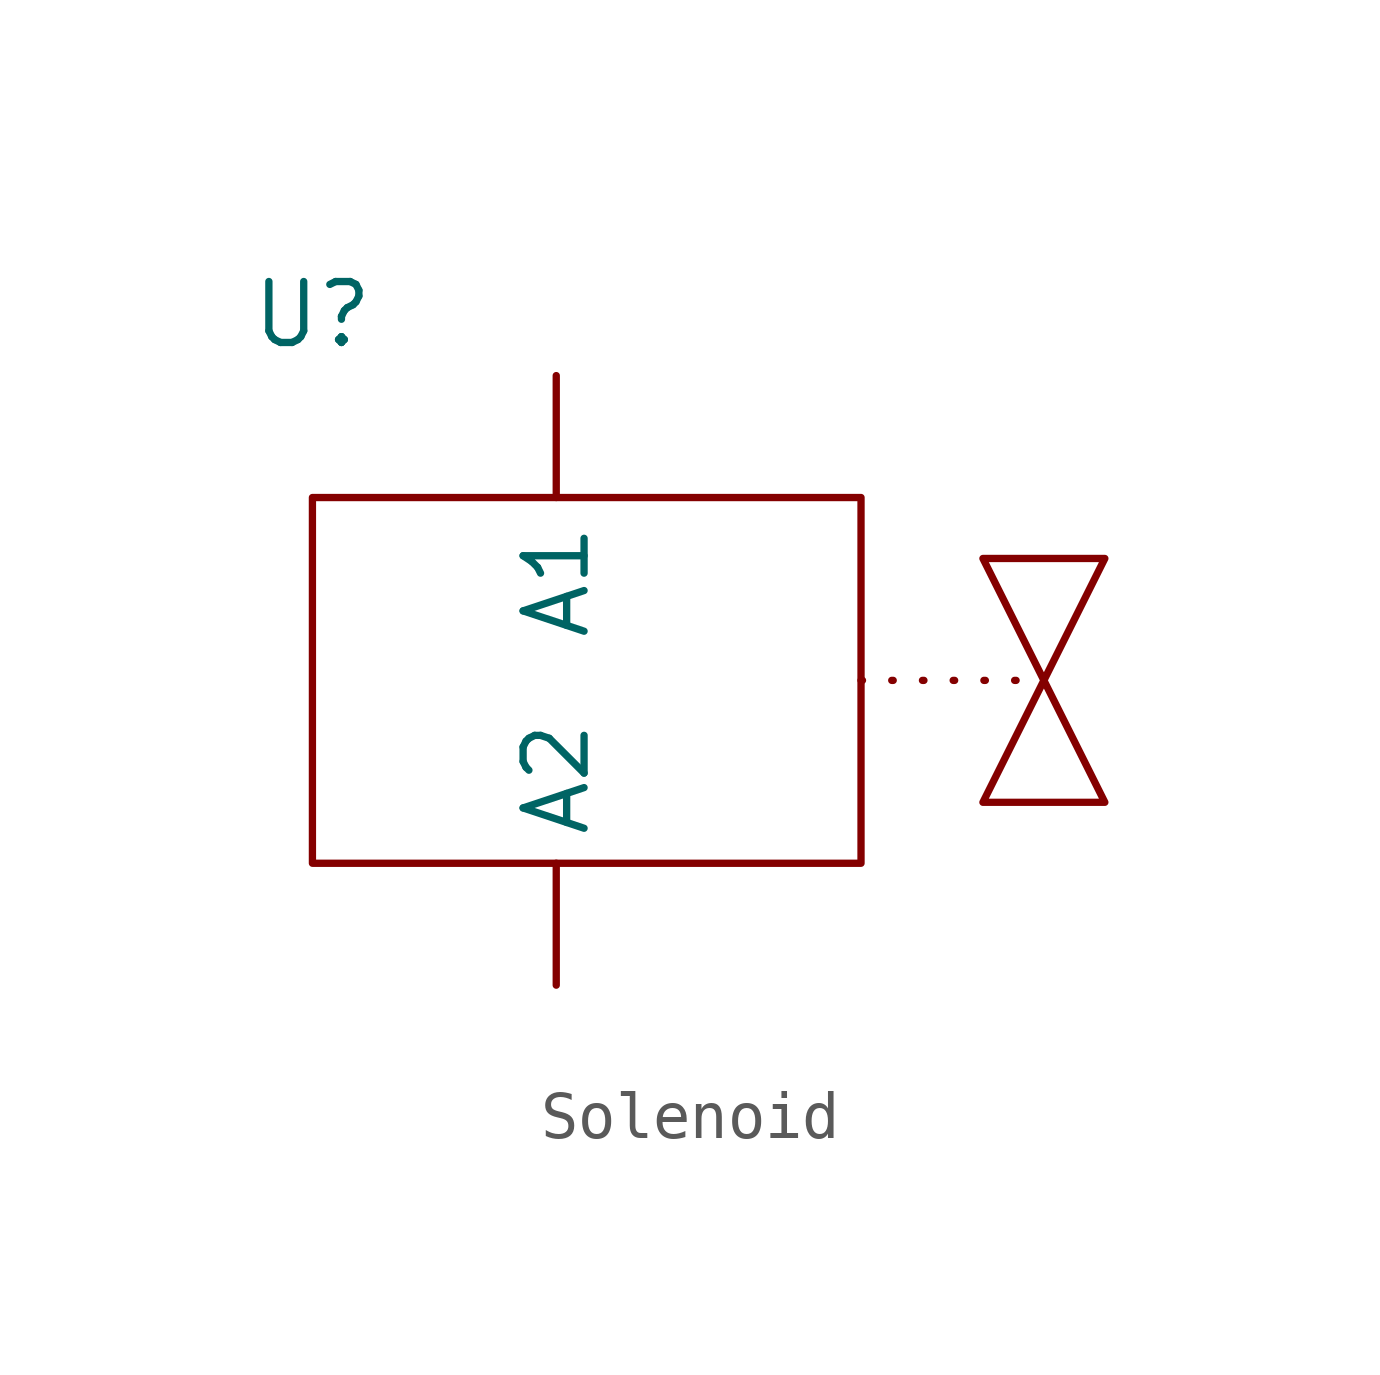
<source format=kicad_sym>
(kicad_symbol_lib
  (version 20241209)
  (generator "kicad_symbol_editor")
  (generator_version "9.0")
  (symbol "Solenoid"
    (property "Reference" "U"
      (at 0 0 0)
      (effects (font (size 1.27 1.27))))
    (property "Value" ""
      (at 0 0 0)
      (effects (font (size 1.27 1.27))))
    (symbol "Solenoid_0_1"
      (rectangle (start 0 -3.81) (end 11.43 -11.43) (stroke (width 0) (type default)) (fill (type none)))
      (polyline (pts (xy 11.43 -7.62) (xy 15.24 -7.62)) (stroke (width 0) (type dot)) (fill (type none)))
      (polyline (pts (xy 13.97 -5.08) (xy 16.51 -5.08) (xy 13.97 -10.16) (xy 16.51 -10.16) (xy 13.97 -5.08)) (stroke (width 0) (type default)) (fill (type none))))
    (symbol "Solenoid_1_1"
      (pin passive line (at 5.08 -1.27 270) (length 2.54) (name "A1" (effects (font (size 1.27 1.27)))) (number "" (effects (font (size 1.27 1.27)))))
      (pin passive line (at 5.08 -13.97 90) (length 2.54) (name "A2" (effects (font (size 1.27 1.27)))) (number "" (effects (font (size 1.27 1.27))))))))
</source>
